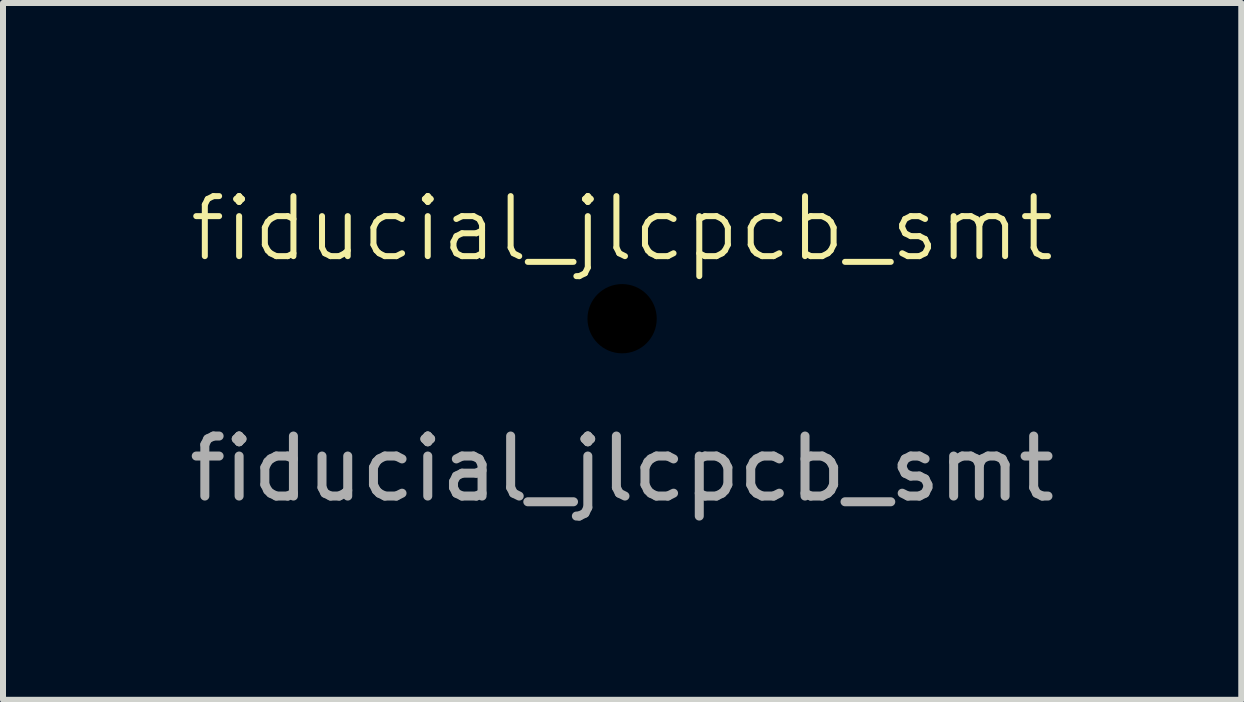
<source format=kicad_pcb>
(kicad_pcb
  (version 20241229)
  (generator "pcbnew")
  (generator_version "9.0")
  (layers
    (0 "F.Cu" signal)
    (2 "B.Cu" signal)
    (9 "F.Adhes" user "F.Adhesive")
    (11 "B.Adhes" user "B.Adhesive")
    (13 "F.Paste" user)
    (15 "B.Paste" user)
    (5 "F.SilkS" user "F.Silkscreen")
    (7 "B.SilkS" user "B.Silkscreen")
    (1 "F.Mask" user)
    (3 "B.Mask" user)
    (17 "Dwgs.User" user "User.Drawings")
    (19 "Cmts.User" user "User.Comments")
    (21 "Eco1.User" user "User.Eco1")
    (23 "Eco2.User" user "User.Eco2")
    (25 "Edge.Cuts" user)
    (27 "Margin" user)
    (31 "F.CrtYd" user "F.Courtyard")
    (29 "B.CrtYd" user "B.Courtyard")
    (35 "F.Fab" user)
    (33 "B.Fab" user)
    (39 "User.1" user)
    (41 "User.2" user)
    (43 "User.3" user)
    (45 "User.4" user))
  (footprint "fiducial_jlcpcb_smt"
    (layer "F.Cu")
    (at 7.315 2.26)
    (property "Reference" "fiducial_jlcpcb_smt" (at 0 -1.5 0) (unlocked yes) (layer "F.SilkS") (effects (font (size 1 1) (thickness 0.1))))
    (attr through_hole)
    (fp_text user "${REFERENCE}" (at 0 2.5 0) (unlocked yes) (layer "F.Fab") (effects (font (size 1 1) (thickness 0.15))))
    (pad "" np_thru_hole circle (at 0 0) (size 1.3 1.3) (drill 1.154) (layers "*.Mask")))
  (gr_rect
    (start -3 -3)
    (end 17.631 8.609)
    (stroke (width 0.1) (type default))
    (fill no)
    (layer "Edge.Cuts")))
</source>
